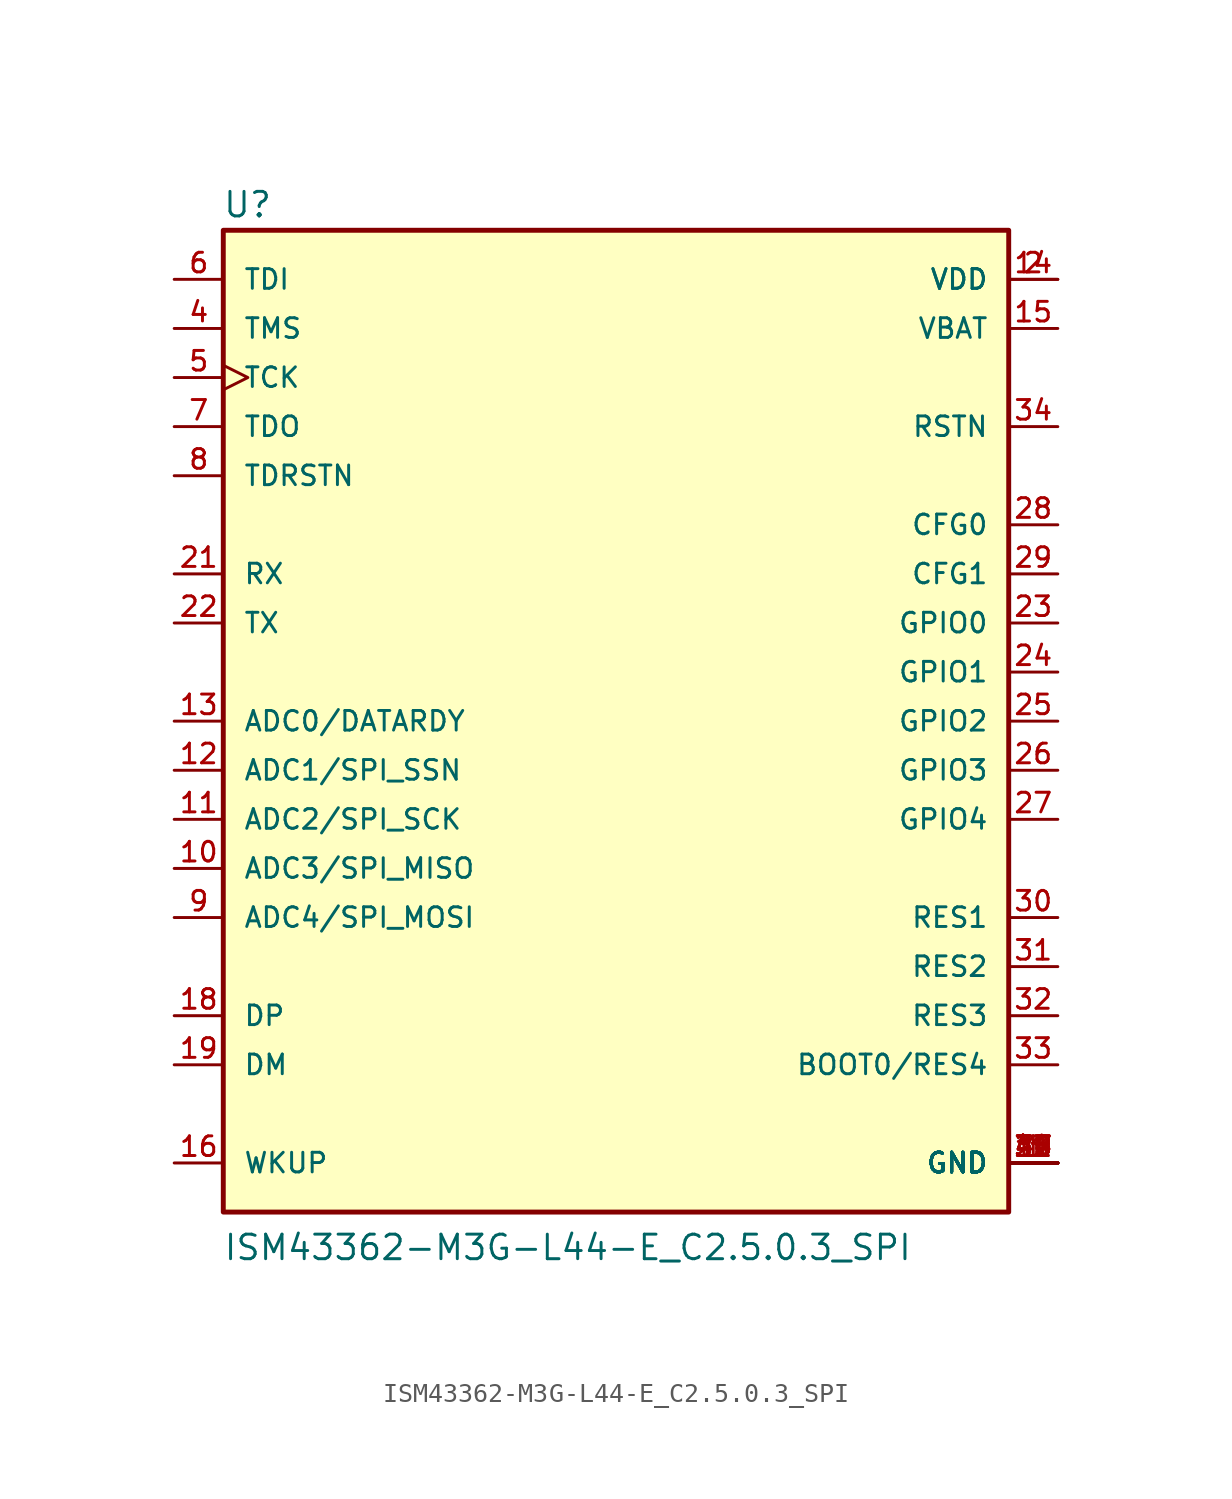
<source format=kicad_sym>
(kicad_symbol_lib
  (version 20211014)
  (generator kicad_symbol_editor)
  (symbol "ISM43362-M3G-L44-E_C2.5.0.3_SPI"
    (pin_names
      (offset 1.016))
    (property "Reference" "U"
      (at -20.376 25.98 0)
      (effects (font (size 1.27 1.27)) (justify bottom left)))
    (property "Value" "ISM43362-M3G-L44-E_C2.5.0.3_SPI"
      (at -20.346 -27.977 0)
      (effects (font (size 1.27 1.27)) (justify bottom left)))
    (symbol "ISM43362-M3G-L44-E_C2.5.0.3_SPI_0_0"
      (rectangle (start -20.32 -25.4) (end 20.32 25.4) (stroke (width 0.254)) (fill (type background)))
      (pin bidirectional line (at -22.86 5.08 0) (length 2.54) (name "TX" (effects (font (size 1.016 1.016)))) (number "22" (effects (font (size 1.016 1.016)))))
      (pin bidirectional line (at -22.86 7.62 0) (length 2.54) (name "RX" (effects (font (size 1.016 1.016)))) (number "21" (effects (font (size 1.016 1.016)))))
      (pin bidirectional line (at -22.86 20.32 0) (length 2.54) (name "TMS" (effects (font (size 1.016 1.016)))) (number "4" (effects (font (size 1.016 1.016)))))
      (pin bidirectional clock (at -22.86 17.78 0) (length 2.54) (name "TCK" (effects (font (size 1.016 1.016)))) (number "5" (effects (font (size 1.016 1.016)))))
      (pin input line (at -22.86 22.86 0) (length 2.54) (name "TDI" (effects (font (size 1.016 1.016)))) (number "6" (effects (font (size 1.016 1.016)))))
      (pin output line (at -22.86 15.24 0) (length 2.54) (name "TDO" (effects (font (size 1.016 1.016)))) (number "7" (effects (font (size 1.016 1.016)))))
      (pin bidirectional line (at -22.86 12.7 0) (length 2.54) (name "TDRSTN" (effects (font (size 1.016 1.016)))) (number "8" (effects (font (size 1.016 1.016)))))
      (pin bidirectional line (at -22.86 -10.16 0) (length 2.54) (name "ADC4/SPI_MOSI" (effects (font (size 1.016 1.016)))) (number "9" (effects (font (size 1.016 1.016)))))
      (pin bidirectional line (at -22.86 -7.62 0) (length 2.54) (name "ADC3/SPI_MISO" (effects (font (size 1.016 1.016)))) (number "10" (effects (font (size 1.016 1.016)))))
      (pin bidirectional line (at -22.86 -5.08 0) (length 2.54) (name "ADC2/SPI_SCK" (effects (font (size 1.016 1.016)))) (number "11" (effects (font (size 1.016 1.016)))))
      (pin bidirectional line (at -22.86 -2.54 0) (length 2.54) (name "ADC1/SPI_SSN" (effects (font (size 1.016 1.016)))) (number "12" (effects (font (size 1.016 1.016)))))
      (pin bidirectional line (at -22.86 0.0 0) (length 2.54) (name "ADC0/DATARDY" (effects (font (size 1.016 1.016)))) (number "13" (effects (font (size 1.016 1.016)))))
      (pin bidirectional line (at 22.86 2.54 180.0) (length 2.54) (name "GPIO1" (effects (font (size 1.016 1.016)))) (number "24" (effects (font (size 1.016 1.016)))))
      (pin bidirectional line (at 22.86 0.0 180.0) (length 2.54) (name "GPIO2" (effects (font (size 1.016 1.016)))) (number "25" (effects (font (size 1.016 1.016)))))
      (pin bidirectional line (at 22.86 -2.54 180.0) (length 2.54) (name "GPIO3" (effects (font (size 1.016 1.016)))) (number "26" (effects (font (size 1.016 1.016)))))
      (pin bidirectional line (at 22.86 -5.08 180.0) (length 2.54) (name "GPIO4" (effects (font (size 1.016 1.016)))) (number "27" (effects (font (size 1.016 1.016)))))
      (pin input line (at 22.86 10.16 180.0) (length 2.54) (name "CFG0" (effects (font (size 1.016 1.016)))) (number "28" (effects (font (size 1.016 1.016)))))
      (pin input line (at 22.86 7.62 180.0) (length 2.54) (name "CFG1" (effects (font (size 1.016 1.016)))) (number "29" (effects (font (size 1.016 1.016)))))
      (pin input line (at 22.86 15.24 180.0) (length 2.54) (name "RSTN" (effects (font (size 1.016 1.016)))) (number "34" (effects (font (size 1.016 1.016)))))
      (pin input line (at -22.86 -22.86 0) (length 2.54) (name "WKUP" (effects (font (size 1.016 1.016)))) (number "16" (effects (font (size 1.016 1.016)))))
      (pin bidirectional line (at -22.86 -15.24 0) (length 2.54) (name "DP" (effects (font (size 1.016 1.016)))) (number "18" (effects (font (size 1.016 1.016)))))
      (pin bidirectional line (at -22.86 -17.78 0) (length 2.54) (name "DM" (effects (font (size 1.016 1.016)))) (number "19" (effects (font (size 1.016 1.016)))))
      (pin power_in line (at 22.86 -22.86 180.0) (length 2.54) (name "GND" (effects (font (size 1.016 1.016)))) (number "1" (effects (font (size 1.016 1.016)))))
      (pin power_in line (at 22.86 -22.86 180.0) (length 2.54) (name "GND" (effects (font (size 1.016 1.016)))) (number "3" (effects (font (size 1.016 1.016)))))
      (pin power_in line (at 22.86 -22.86 180.0) (length 2.54) (name "GND" (effects (font (size 1.016 1.016)))) (number "17" (effects (font (size 1.016 1.016)))))
      (pin power_in line (at 22.86 -22.86 180.0) (length 2.54) (name "GND" (effects (font (size 1.016 1.016)))) (number "20" (effects (font (size 1.016 1.016)))))
      (pin power_in line (at 22.86 -22.86 180.0) (length 2.54) (name "GND" (effects (font (size 1.016 1.016)))) (number "35" (effects (font (size 1.016 1.016)))))
      (pin power_in line (at 22.86 -22.86 180.0) (length 2.54) (name "GND" (effects (font (size 1.016 1.016)))) (number "36" (effects (font (size 1.016 1.016)))))
      (pin power_in line (at 22.86 -22.86 180.0) (length 2.54) (name "GND" (effects (font (size 1.016 1.016)))) (number "37" (effects (font (size 1.016 1.016)))))
      (pin power_in line (at 22.86 -22.86 180.0) (length 2.54) (name "GND" (effects (font (size 1.016 1.016)))) (number "38" (effects (font (size 1.016 1.016)))))
      (pin power_in line (at 22.86 -22.86 180.0) (length 2.54) (name "GND" (effects (font (size 1.016 1.016)))) (number "39" (effects (font (size 1.016 1.016)))))
      (pin power_in line (at 22.86 -22.86 180.0) (length 2.54) (name "GND" (effects (font (size 1.016 1.016)))) (number "40" (effects (font (size 1.016 1.016)))))
      (pin power_in line (at 22.86 -22.86 180.0) (length 2.54) (name "GND" (effects (font (size 1.016 1.016)))) (number "41" (effects (font (size 1.016 1.016)))))
      (pin power_in line (at 22.86 -22.86 180.0) (length 2.54) (name "GND" (effects (font (size 1.016 1.016)))) (number "42" (effects (font (size 1.016 1.016)))))
      (pin power_in line (at 22.86 -22.86 180.0) (length 2.54) (name "GND" (effects (font (size 1.016 1.016)))) (number "43" (effects (font (size 1.016 1.016)))))
      (pin power_in line (at 22.86 -22.86 180.0) (length 2.54) (name "GND" (effects (font (size 1.016 1.016)))) (number "44" (effects (font (size 1.016 1.016)))))
      (pin bidirectional line (at 22.86 5.08 180.0) (length 2.54) (name "GPIO0" (effects (font (size 1.016 1.016)))) (number "23" (effects (font (size 1.016 1.016)))))
      (pin power_in line (at 22.86 20.32 180.0) (length 2.54) (name "VBAT" (effects (font (size 1.016 1.016)))) (number "15" (effects (font (size 1.016 1.016)))))
      (pin power_in line (at 22.86 22.86 180.0) (length 2.54) (name "VDD" (effects (font (size 1.016 1.016)))) (number "2" (effects (font (size 1.016 1.016)))))
      (pin power_in line (at 22.86 22.86 180.0) (length 2.54) (name "VDD" (effects (font (size 1.016 1.016)))) (number "14" (effects (font (size 1.016 1.016)))))
      (pin bidirectional line (at 22.86 -10.16 180.0) (length 2.54) (name "RES1" (effects (font (size 1.016 1.016)))) (number "30" (effects (font (size 1.016 1.016)))))
      (pin bidirectional line (at 22.86 -12.7 180.0) (length 2.54) (name "RES2" (effects (font (size 1.016 1.016)))) (number "31" (effects (font (size 1.016 1.016)))))
      (pin bidirectional line (at 22.86 -15.24 180.0) (length 2.54) (name "RES3" (effects (font (size 1.016 1.016)))) (number "32" (effects (font (size 1.016 1.016)))))
      (pin bidirectional line (at 22.86 -17.78 180.0) (length 2.54) (name "BOOT0/RES4" (effects (font (size 1.016 1.016)))) (number "33" (effects (font (size 1.016 1.016))))))))
</source>
